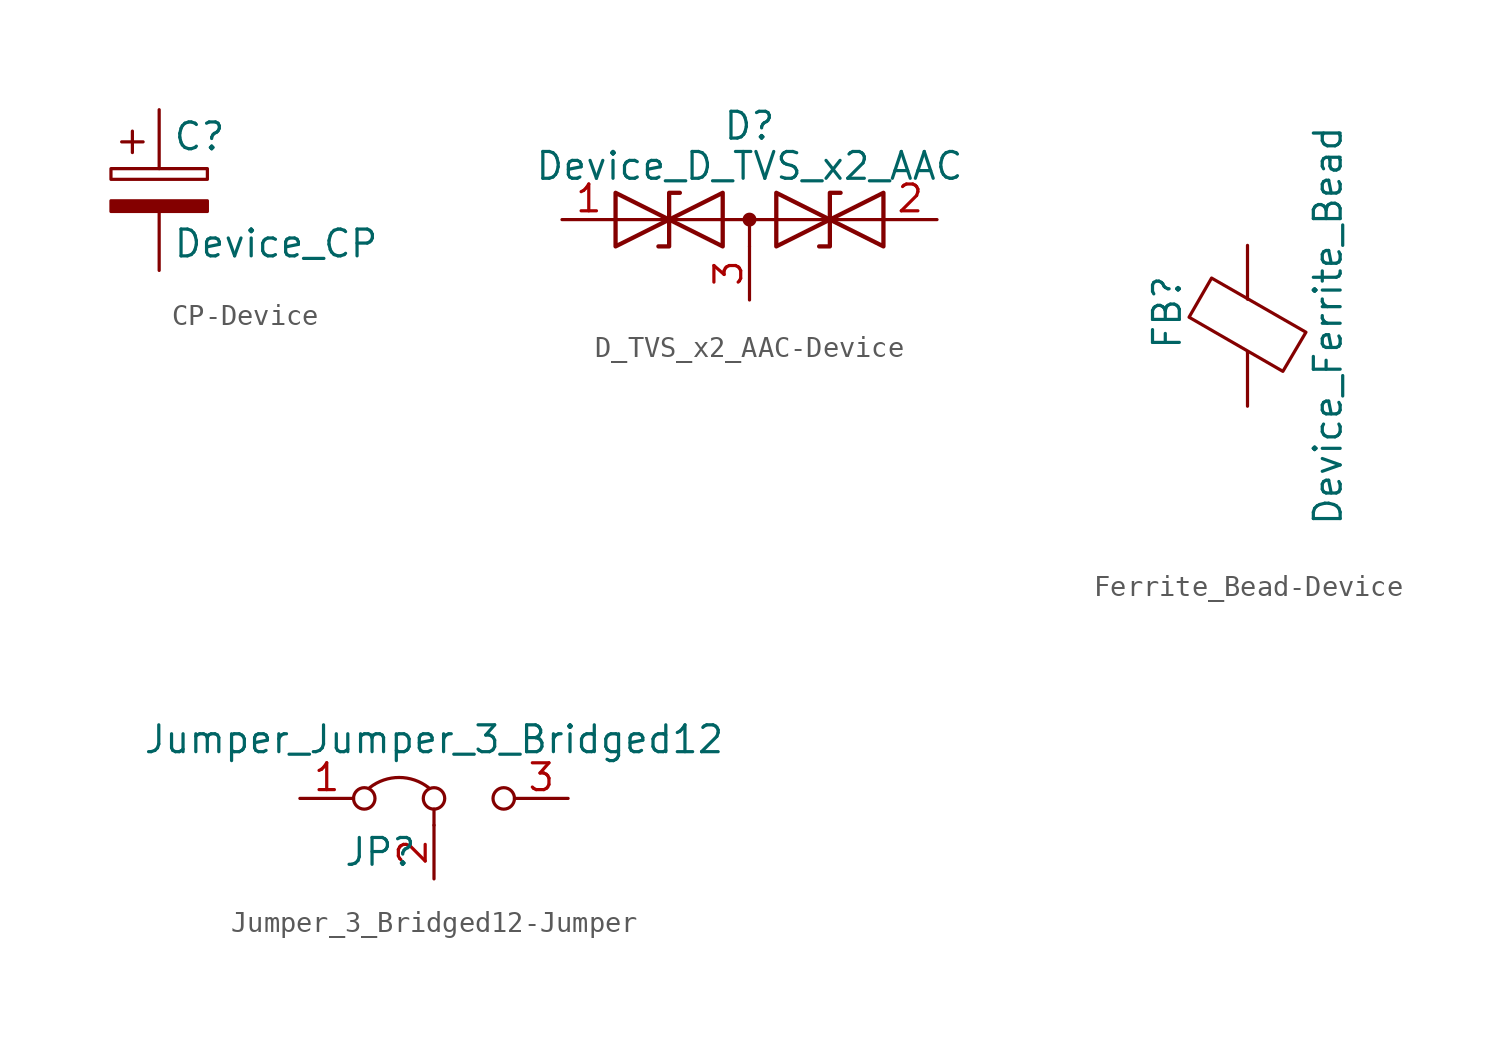
<source format=kicad_sym>
(kicad_symbol_lib
  (version 20241209)
  (generator "kicad_symbol_editor")
  (generator_version "9.0")
  (symbol "CP-Device"
    (pin_numbers
      (hide yes))
    (pin_names
      (offset 0.254))
    (property "Reference" "C"
      (at 0.635 2.54 0)
      (effects (font (size 1.27 1.27)) (justify left)))
    (property "Value" "Device_CP"
      (at 0.635 -2.54 0)
      (effects (font (size 1.27 1.27)) (justify left)))
    (symbol "CP-Device_0_1"
      (rectangle (start -2.286 0.508) (end 2.286 1.016) (stroke (width 0) (type solid)) (fill (type none)))
      (polyline (pts (xy -1.778 2.286) (xy -0.762 2.286)) (stroke (width 0) (type solid)) (fill (type none)))
      (polyline (pts (xy -1.27 2.794) (xy -1.27 1.778)) (stroke (width 0) (type solid)) (fill (type none)))
      (rectangle (start 2.286 -0.508) (end -2.286 -1.016) (stroke (width 0) (type solid)) (fill (type outline))))
    (symbol "CP-Device_1_1"
      (pin passive line (at 0 3.81 270) (length 2.794) (name "~" (effects (font (size 1.27 1.27)))) (number "1" (effects (font (size 1.27 1.27)))))
      (pin passive line (at 0 -3.81 90) (length 2.794) (name "~" (effects (font (size 1.27 1.27)))) (number "2" (effects (font (size 1.27 1.27)))))))
  (symbol "D_TVS_x2_AAC-Device"
    (pin_names
      (offset 1.016)
      (hide yes))
    (property "Reference" "D"
      (at 0 4.445 0)
      (effects (font (size 1.27 1.27))))
    (property "Value" "Device_D_TVS_x2_AAC"
      (at 0 2.54 0)
      (effects (font (size 1.27 1.27))))
    (symbol "D_TVS_x2_AAC-Device_0_0"
      (polyline (pts (xy 0 -1.27) (xy 0 0)) (stroke (width 0) (type solid)) (fill (type none))))
    (symbol "D_TVS_x2_AAC-Device_0_1"
      (polyline (pts (xy -6.35 0) (xy 6.35 0)) (stroke (width 0) (type solid)) (fill (type none)))
      (polyline (pts (xy -6.35 -1.27) (xy -1.27 1.27) (xy -1.27 -1.27) (xy -6.35 1.27) (xy -6.35 -1.27)) (stroke (width 0.203) (type solid)) (fill (type none)))
      (polyline (pts (xy -3.302 1.27) (xy -3.81 1.27) (xy -3.81 -1.27) (xy -4.318 -1.27)) (stroke (width 0.203) (type solid)) (fill (type none)))
      (circle (center 0 0) (radius 0.254) (stroke (width 0) (type solid)) (fill (type outline)))
      (polyline (pts (xy 1.27 -1.27) (xy 1.27 1.27) (xy 6.35 -1.27) (xy 6.35 1.27) (xy 1.27 -1.27)) (stroke (width 0.203) (type solid)) (fill (type none)))
      (polyline (pts (xy 4.318 1.27) (xy 3.81 1.27) (xy 3.81 -1.27) (xy 3.302 -1.27)) (stroke (width 0.203) (type solid)) (fill (type none))))
    (symbol "D_TVS_x2_AAC-Device_1_1"
      (pin passive line (at -8.89 0 0) (length 2.54) (name "A1" (effects (font (size 1.27 1.27)))) (number "1" (effects (font (size 1.27 1.27)))))
      (pin input line (at 0 -3.81 90) (length 2.54) (name "common" (effects (font (size 1.27 1.27)))) (number "3" (effects (font (size 1.27 1.27)))))
      (pin passive line (at 8.89 0 180) (length 2.54) (name "A2" (effects (font (size 1.27 1.27)))) (number "2" (effects (font (size 1.27 1.27)))))))
  (symbol "Ferrite_Bead-Device"
    (pin_numbers
      (hide yes))
    (pin_names
      (offset 0))
    (property "Reference" "FB"
      (at -3.81 0.635 90)
      (effects (font (size 1.27 1.27))))
    (property "Value" "Device_Ferrite_Bead"
      (at 3.81 0 90)
      (effects (font (size 1.27 1.27))))
    (symbol "Ferrite_Bead-Device_0_1"
      (polyline (pts (xy -2.769 0.406) (xy -1.702 2.261) (xy 2.769 -0.305) (xy 1.676 -2.159) (xy -2.769 0.406)) (stroke (width 0) (type solid)) (fill (type none)))
      (polyline (pts (xy 0 1.27) (xy 0 1.295)) (stroke (width 0) (type solid)) (fill (type none)))
      (polyline (pts (xy 0 -1.27) (xy 0 -1.219)) (stroke (width 0) (type solid)) (fill (type none))))
    (symbol "Ferrite_Bead-Device_1_1"
      (pin passive line (at 0 3.81 270) (length 2.54) (name "~" (effects (font (size 1.27 1.27)))) (number "1" (effects (font (size 1.27 1.27)))))
      (pin passive line (at 0 -3.81 90) (length 2.54) (name "~" (effects (font (size 1.27 1.27)))) (number "2" (effects (font (size 1.27 1.27)))))))
  (symbol "Jumper_3_Bridged12-Jumper"
    (pin_names
      (offset 0)
      (hide yes))
    (property "Reference" "JP"
      (at -2.54 -2.54 0)
      (effects (font (size 1.27 1.27))))
    (property "Value" "Jumper_Jumper_3_Bridged12"
      (at 0 2.794 0)
      (effects (font (size 1.27 1.27))))
    (symbol "Jumper_3_Bridged12-Jumper_0_0"
      (circle (center -3.302 0) (radius 0.508) (stroke (width 0) (type solid)) (fill (type none)))
      (circle (center 0 0) (radius 0.508) (stroke (width 0) (type solid)) (fill (type none)))
      (circle (center 3.302 0) (radius 0.508) (stroke (width 0) (type solid)) (fill (type none))))
    (symbol "Jumper_3_Bridged12-Jumper_0_1"
      (arc (start -3.048 0.508) (mid -1.651 0.9912) (end -0.254 0.508) (stroke (width 0) (type solid)) (fill (type none)))
      (polyline (pts (xy 0 -1.27) (xy 0 -0.508)) (stroke (width 0) (type solid)) (fill (type none))))
    (symbol "Jumper_3_Bridged12-Jumper_1_1"
      (pin passive line (at -6.35 0 0) (length 2.54) (name "A" (effects (font (size 1.27 1.27)))) (number "1" (effects (font (size 1.27 1.27)))))
      (pin input line (at 0 -3.81 90) (length 2.54) (name "C" (effects (font (size 1.27 1.27)))) (number "2" (effects (font (size 1.27 1.27)))))
      (pin passive line (at 6.35 0 180) (length 2.54) (name "B" (effects (font (size 1.27 1.27)))) (number "3" (effects (font (size 1.27 1.27))))))))
</source>
